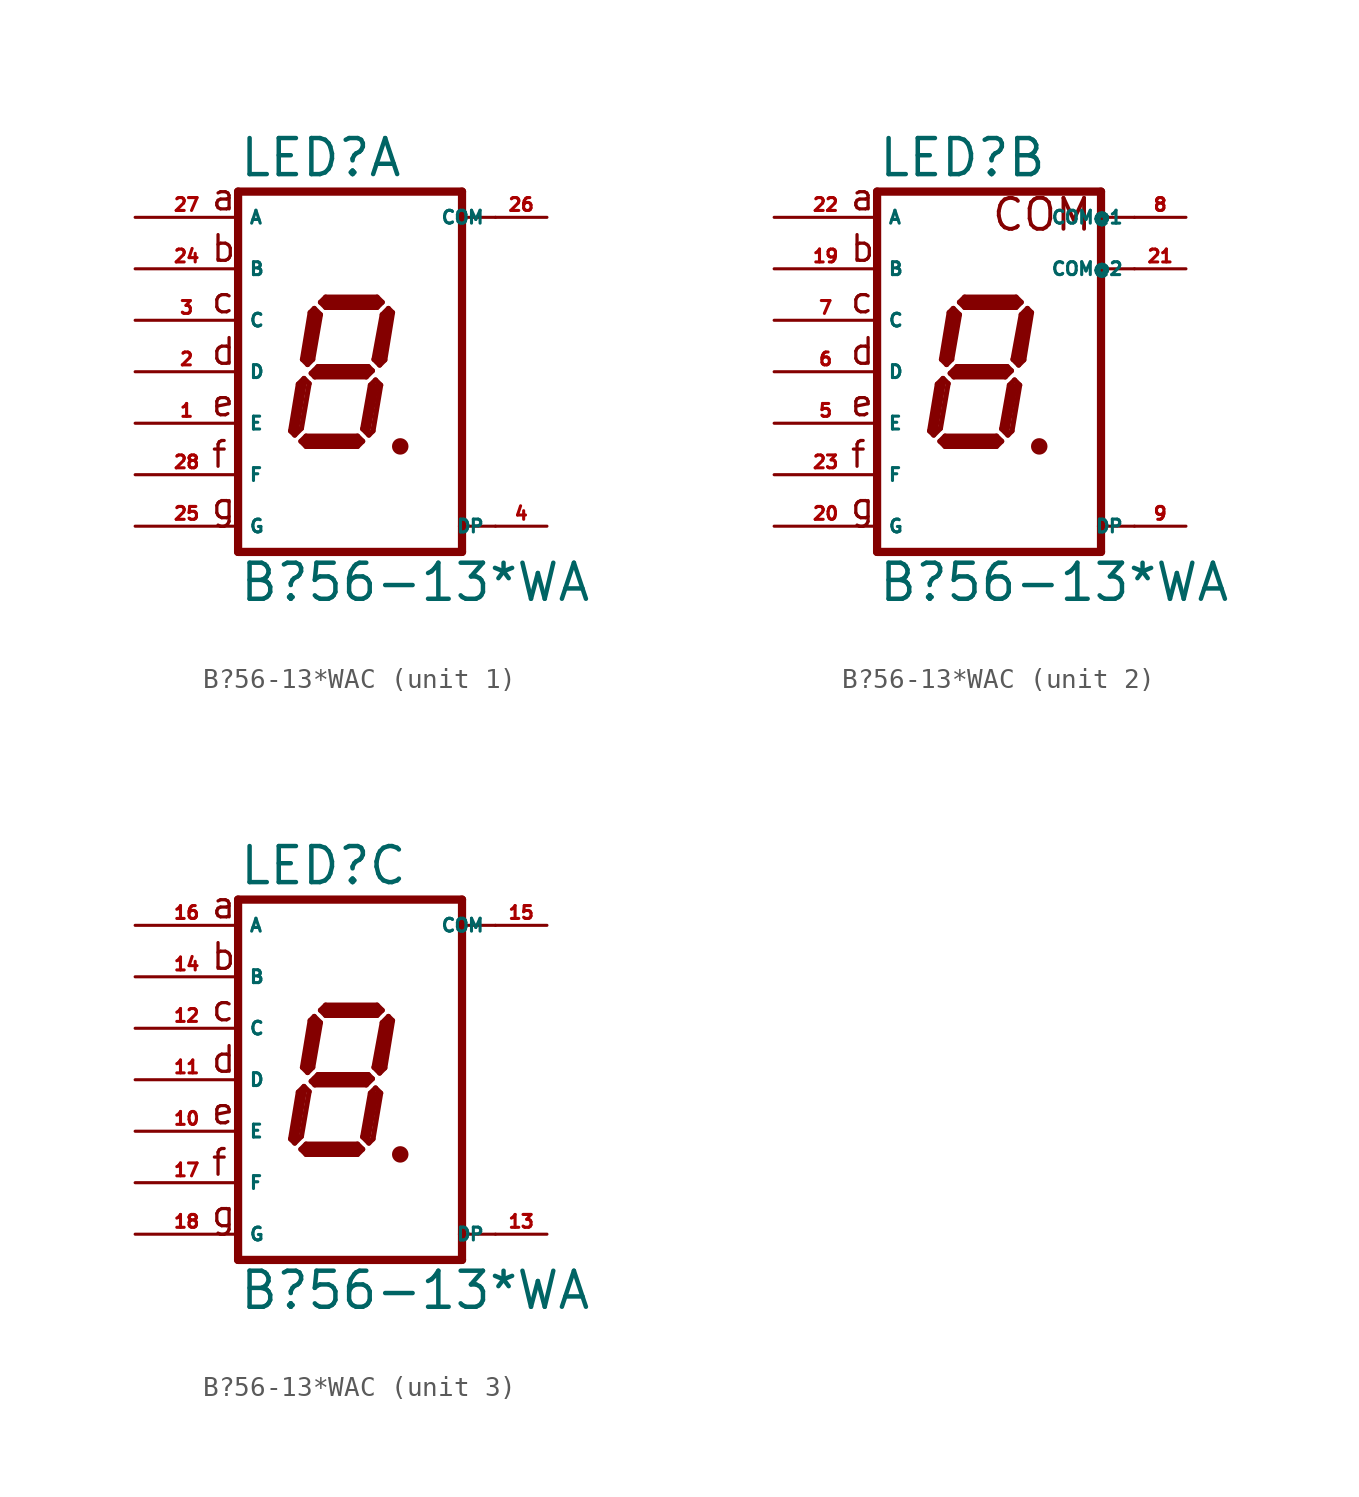
<source format=kicad_sym>
(kicad_symbol_lib
  (version 20220914)
  (generator Eagle2Kicad)
  (symbol "B?56-13*WAC"
    (property "Reference" "LED"
      (at -5.08 9.525 0)
      (effects (font (size 1.778 1.778) (thickness 0.22)) (justify left bottom)))
    (property "Value" "B?56-13*WA"
      (at -5.08 -11.43 0)
      (effects (font (size 1.778 1.778) (thickness 0.22)) (justify left bottom)))
    (symbol "B?56-13*WAC_1_0"
      (polyline (pts (xy 2.794 -3.683) (xy 3.048 -3.683)) (stroke (width 0.305) (type default)) (fill (type none)))
      (polyline (pts (xy 2.337 3.124) (xy 2.032 2.819)) (stroke (width 0.254) (type default)) (fill (type none)))
      (polyline (pts (xy 2.032 2.819) (xy 1.626 0.61)) (stroke (width 0.254) (type default)) (fill (type none)))
      (polyline (pts (xy 1.626 0.61) (xy 1.905 0.33)) (stroke (width 0.254) (type default)) (fill (type none)))
      (polyline (pts (xy 1.905 0.33) (xy 2.159 0.584)) (stroke (width 0.254) (type default)) (fill (type none)))
      (polyline (pts (xy 2.159 0.584) (xy 2.54 2.921)) (stroke (width 0.254) (type default)) (fill (type none)))
      (polyline (pts (xy 2.54 2.921) (xy 2.337 3.124)) (stroke (width 0.254) (type default)) (fill (type none)))
      (polyline (pts (xy 2.032 3.429) (xy 1.778 3.175)) (stroke (width 0.254) (type default)) (fill (type none)))
      (polyline (pts (xy 1.778 3.175) (xy -0.762 3.175)) (stroke (width 0.254) (type default)) (fill (type none)))
      (polyline (pts (xy -0.762 3.175) (xy -1.016 3.429)) (stroke (width 0.254) (type default)) (fill (type none)))
      (polyline (pts (xy -1.016 3.429) (xy -0.762 3.683)) (stroke (width 0.254) (type default)) (fill (type none)))
      (polyline (pts (xy -0.762 3.683) (xy 1.778 3.683)) (stroke (width 0.254) (type default)) (fill (type none)))
      (polyline (pts (xy 1.778 3.683) (xy 2.032 3.429)) (stroke (width 0.254) (type default)) (fill (type none)))
      (polyline (pts (xy -1.321 3.124) (xy -1.016 2.819)) (stroke (width 0.254) (type default)) (fill (type none)))
      (polyline (pts (xy -1.016 2.819) (xy -1.397 0.61)) (stroke (width 0.254) (type default)) (fill (type none)))
      (polyline (pts (xy -1.397 0.61) (xy -1.651 0.356)) (stroke (width 0.254) (type default)) (fill (type none)))
      (polyline (pts (xy -1.651 0.356) (xy -1.905 0.61)) (stroke (width 0.254) (type default)) (fill (type none)))
      (polyline (pts (xy -1.905 0.61) (xy -1.524 2.921)) (stroke (width 0.254) (type default)) (fill (type none)))
      (polyline (pts (xy -1.524 2.921) (xy -1.321 3.124)) (stroke (width 0.254) (type default)) (fill (type none)))
      (polyline (pts (xy -1.473 -0.076) (xy -1.143 0.254)) (stroke (width 0.254) (type default)) (fill (type none)))
      (polyline (pts (xy -1.143 0.254) (xy 1.346 0.254)) (stroke (width 0.254) (type default)) (fill (type none)))
      (polyline (pts (xy 1.346 0.254) (xy 1.549 0.051)) (stroke (width 0.254) (type default)) (fill (type none)))
      (polyline (pts (xy 1.549 0.051) (xy 1.245 -0.254)) (stroke (width 0.254) (type default)) (fill (type none)))
      (polyline (pts (xy 1.245 -0.254) (xy -1.295 -0.254)) (stroke (width 0.254) (type default)) (fill (type none)))
      (polyline (pts (xy -1.295 -0.254) (xy -1.473 -0.076)) (stroke (width 0.254) (type default)) (fill (type none)))
      (polyline (pts (xy -1.829 -0.33) (xy -1.575 -0.584)) (stroke (width 0.254) (type default)) (fill (type none)))
      (polyline (pts (xy -2.286 -3.124) (xy -1.956 -2.794)) (stroke (width 0.254) (type default)) (fill (type none)))
      (polyline (pts (xy -1.956 -2.794) (xy -1.575 -0.584)) (stroke (width 0.254) (type default)) (fill (type none)))
      (polyline (pts (xy -1.829 -0.33) (xy -2.108 -0.61)) (stroke (width 0.254) (type default)) (fill (type none)))
      (polyline (pts (xy -2.108 -0.61) (xy -2.489 -2.921)) (stroke (width 0.254) (type default)) (fill (type none)))
      (polyline (pts (xy -2.489 -2.921) (xy -2.286 -3.124)) (stroke (width 0.254) (type default)) (fill (type none)))
      (polyline (pts (xy -1.981 -3.429) (xy -1.727 -3.175)) (stroke (width 0.254) (type default)) (fill (type none)))
      (polyline (pts (xy -1.727 -3.175) (xy 0.813 -3.175)) (stroke (width 0.254) (type default)) (fill (type none)))
      (polyline (pts (xy 0.813 -3.175) (xy 1.067 -3.429)) (stroke (width 0.254) (type default)) (fill (type none)))
      (polyline (pts (xy 1.067 -3.429) (xy 0.813 -3.683)) (stroke (width 0.254) (type default)) (fill (type none)))
      (polyline (pts (xy 0.813 -3.683) (xy -1.727 -3.683)) (stroke (width 0.254) (type default)) (fill (type none)))
      (polyline (pts (xy -1.727 -3.683) (xy -1.981 -3.429)) (stroke (width 0.254) (type default)) (fill (type none)))
      (polyline (pts (xy 1.702 -0.406) (xy 1.448 -0.66)) (stroke (width 0.254) (type default)) (fill (type none)))
      (polyline (pts (xy 1.448 -0.66) (xy 1.067 -2.819)) (stroke (width 0.254) (type default)) (fill (type none)))
      (polyline (pts (xy 1.067 -2.819) (xy 1.372 -3.124)) (stroke (width 0.254) (type default)) (fill (type none)))
      (polyline (pts (xy 1.372 -3.124) (xy 1.575 -2.921)) (stroke (width 0.254) (type default)) (fill (type none)))
      (polyline (pts (xy 1.575 -2.921) (xy 1.956 -0.66)) (stroke (width 0.254) (type default)) (fill (type none)))
      (polyline (pts (xy 1.956 -0.66) (xy 1.702 -0.406)) (stroke (width 0.254) (type default)) (fill (type none)))
      (polyline (pts (xy 2.286 2.794) (xy 1.905 0.635)) (stroke (width 0.406) (type default)) (fill (type none)))
      (polyline (pts (xy 1.778 3.429) (xy -0.762 3.429)) (stroke (width 0.406) (type default)) (fill (type none)))
      (polyline (pts (xy -1.27 2.794) (xy -1.651 0.635)) (stroke (width 0.406) (type default)) (fill (type none)))
      (polyline (pts (xy -1.27 0) (xy 1.27 0)) (stroke (width 0.406) (type default)) (fill (type none)))
      (polyline (pts (xy 1.651 -0.762) (xy 1.27 -2.794)) (stroke (width 0.406) (type default)) (fill (type none)))
      (polyline (pts (xy 0.762 -3.429) (xy -1.651 -3.429)) (stroke (width 0.406) (type default)) (fill (type none)))
      (polyline (pts (xy -2.286 -2.921) (xy -1.905 -0.635)) (stroke (width 0.406) (type default)) (fill (type none)))
      (polyline (pts (xy 5.969 8.89) (xy 5.969 7.62)) (stroke (width 0.406) (type default)) (fill (type none)))
      (polyline (pts (xy 5.969 7.62) (xy 5.969 -7.62)) (stroke (width 0.406) (type default)) (fill (type none)))
      (polyline (pts (xy 5.969 -7.62) (xy 5.969 -8.89)) (stroke (width 0.406) (type default)) (fill (type none)))
      (polyline (pts (xy -5.08 -8.89) (xy 5.969 -8.89)) (stroke (width 0.406) (type default)) (fill (type none)))
      (polyline (pts (xy -5.08 -8.89) (xy -5.08 8.89)) (stroke (width 0.406) (type default)) (fill (type none)))
      (polyline (pts (xy 5.969 8.89) (xy -5.08 8.89)) (stroke (width 0.406) (type default)) (fill (type none)))
      (polyline (pts (xy 7.62 7.62) (xy 5.969 7.62)) (stroke (width 0.152) (type default)) (fill (type none)))
      (polyline (pts (xy 7.62 -7.62) (xy 5.969 -7.62)) (stroke (width 0.152) (type default)) (fill (type none)))
      (text "a" (at -6.477 7.874 0) (effects (font (size 1.27 1.27) (thickness 0.16)) (justify left bottom)))
      (text "b" (at -6.477 5.334 0) (effects (font (size 1.27 1.27) (thickness 0.16)) (justify left bottom)))
      (text "c" (at -6.477 2.794 0) (effects (font (size 1.27 1.27) (thickness 0.16)) (justify left bottom)))
      (text "d" (at -6.477 0.254 0) (effects (font (size 1.27 1.27) (thickness 0.16)) (justify left bottom)))
      (text "e" (at -6.477 -2.286 0) (effects (font (size 1.27 1.27) (thickness 0.16)) (justify left bottom)))
      (text "f" (at -6.477 -4.826 0) (effects (font (size 1.27 1.27) (thickness 0.16)) (justify left bottom)))
      (text "g" (at -6.477 -7.366 0) (effects (font (size 1.27 1.27) (thickness 0.16)) (justify left bottom)))
      (circle (center 2.921 -3.683) (radius 0.254) (stroke (width 0.305) (type default)) (fill (type none)))
      (pin passive line (at 10.16 -7.62 180) (length 2.54) (name "DP" (effects (font (size 0.635 0.635) (thickness 0.08)) (justify left bottom))) (number "4" (effects (font (size 0.635 0.635) (thickness 0.08)) (justify left bottom))))
      (pin passive line (at -10.16 -5.08 0) (length 5.08) (name "F" (effects (font (size 0.635 0.635) (thickness 0.08)) (justify left bottom))) (number "28" (effects (font (size 0.635 0.635) (thickness 0.08)) (justify left bottom))))
      (pin passive line (at -10.16 0 0) (length 5.08) (name "D" (effects (font (size 0.635 0.635) (thickness 0.08)) (justify left bottom))) (number "2" (effects (font (size 0.635 0.635) (thickness 0.08)) (justify left bottom))))
      (pin passive line (at -10.16 5.08 0) (length 5.08) (name "B" (effects (font (size 0.635 0.635) (thickness 0.08)) (justify left bottom))) (number "24" (effects (font (size 0.635 0.635) (thickness 0.08)) (justify left bottom))))
      (pin passive line (at -10.16 7.62 0) (length 5.08) (name "A" (effects (font (size 0.635 0.635) (thickness 0.08)) (justify left bottom))) (number "27" (effects (font (size 0.635 0.635) (thickness 0.08)) (justify left bottom))))
      (pin passive line (at 10.16 7.62 180) (length 2.54) (name "COM" (effects (font (size 0.635 0.635) (thickness 0.08)) (justify left bottom))) (number "26" (effects (font (size 0.635 0.635) (thickness 0.08)) (justify left bottom))))
      (pin passive line (at -10.16 2.54 0) (length 5.08) (name "C" (effects (font (size 0.635 0.635) (thickness 0.08)) (justify left bottom))) (number "3" (effects (font (size 0.635 0.635) (thickness 0.08)) (justify left bottom))))
      (pin passive line (at -10.16 -2.54 0) (length 5.08) (name "E" (effects (font (size 0.635 0.635) (thickness 0.08)) (justify left bottom))) (number "1" (effects (font (size 0.635 0.635) (thickness 0.08)) (justify left bottom))))
      (pin passive line (at -10.16 -7.62 0) (length 5.08) (name "G" (effects (font (size 0.635 0.635) (thickness 0.08)) (justify left bottom))) (number "25" (effects (font (size 0.635 0.635) (thickness 0.08)) (justify left bottom)))))
    (symbol "B?56-13*WAC_2_0"
      (polyline (pts (xy 2.794 -3.683) (xy 3.048 -3.683)) (stroke (width 0.305) (type default)) (fill (type none)))
      (polyline (pts (xy 2.337 3.124) (xy 2.032 2.819)) (stroke (width 0.254) (type default)) (fill (type none)))
      (polyline (pts (xy 2.032 2.819) (xy 1.626 0.61)) (stroke (width 0.254) (type default)) (fill (type none)))
      (polyline (pts (xy 1.626 0.61) (xy 1.905 0.33)) (stroke (width 0.254) (type default)) (fill (type none)))
      (polyline (pts (xy 1.905 0.33) (xy 2.159 0.584)) (stroke (width 0.254) (type default)) (fill (type none)))
      (polyline (pts (xy 2.159 0.584) (xy 2.54 2.921)) (stroke (width 0.254) (type default)) (fill (type none)))
      (polyline (pts (xy 2.54 2.921) (xy 2.337 3.124)) (stroke (width 0.254) (type default)) (fill (type none)))
      (polyline (pts (xy 2.032 3.429) (xy 1.778 3.175)) (stroke (width 0.254) (type default)) (fill (type none)))
      (polyline (pts (xy 1.778 3.175) (xy -0.762 3.175)) (stroke (width 0.254) (type default)) (fill (type none)))
      (polyline (pts (xy -0.762 3.175) (xy -1.016 3.429)) (stroke (width 0.254) (type default)) (fill (type none)))
      (polyline (pts (xy -1.016 3.429) (xy -0.762 3.683)) (stroke (width 0.254) (type default)) (fill (type none)))
      (polyline (pts (xy -0.762 3.683) (xy 1.778 3.683)) (stroke (width 0.254) (type default)) (fill (type none)))
      (polyline (pts (xy 1.778 3.683) (xy 2.032 3.429)) (stroke (width 0.254) (type default)) (fill (type none)))
      (polyline (pts (xy -1.321 3.124) (xy -1.016 2.819)) (stroke (width 0.254) (type default)) (fill (type none)))
      (polyline (pts (xy -1.016 2.819) (xy -1.397 0.61)) (stroke (width 0.254) (type default)) (fill (type none)))
      (polyline (pts (xy -1.397 0.61) (xy -1.651 0.356)) (stroke (width 0.254) (type default)) (fill (type none)))
      (polyline (pts (xy -1.651 0.356) (xy -1.905 0.61)) (stroke (width 0.254) (type default)) (fill (type none)))
      (polyline (pts (xy -1.905 0.61) (xy -1.524 2.921)) (stroke (width 0.254) (type default)) (fill (type none)))
      (polyline (pts (xy -1.524 2.921) (xy -1.321 3.124)) (stroke (width 0.254) (type default)) (fill (type none)))
      (polyline (pts (xy -1.473 -0.076) (xy -1.143 0.254)) (stroke (width 0.254) (type default)) (fill (type none)))
      (polyline (pts (xy -1.143 0.254) (xy 1.346 0.254)) (stroke (width 0.254) (type default)) (fill (type none)))
      (polyline (pts (xy 1.346 0.254) (xy 1.549 0.051)) (stroke (width 0.254) (type default)) (fill (type none)))
      (polyline (pts (xy 1.549 0.051) (xy 1.245 -0.254)) (stroke (width 0.254) (type default)) (fill (type none)))
      (polyline (pts (xy 1.245 -0.254) (xy -1.295 -0.254)) (stroke (width 0.254) (type default)) (fill (type none)))
      (polyline (pts (xy -1.295 -0.254) (xy -1.473 -0.076)) (stroke (width 0.254) (type default)) (fill (type none)))
      (polyline (pts (xy -1.829 -0.33) (xy -1.575 -0.584)) (stroke (width 0.254) (type default)) (fill (type none)))
      (polyline (pts (xy -2.286 -3.124) (xy -1.956 -2.794)) (stroke (width 0.254) (type default)) (fill (type none)))
      (polyline (pts (xy -1.956 -2.794) (xy -1.575 -0.584)) (stroke (width 0.254) (type default)) (fill (type none)))
      (polyline (pts (xy -1.829 -0.33) (xy -2.108 -0.61)) (stroke (width 0.254) (type default)) (fill (type none)))
      (polyline (pts (xy -2.108 -0.61) (xy -2.489 -2.921)) (stroke (width 0.254) (type default)) (fill (type none)))
      (polyline (pts (xy -2.489 -2.921) (xy -2.286 -3.124)) (stroke (width 0.254) (type default)) (fill (type none)))
      (polyline (pts (xy -1.981 -3.429) (xy -1.727 -3.175)) (stroke (width 0.254) (type default)) (fill (type none)))
      (polyline (pts (xy -1.727 -3.175) (xy 0.813 -3.175)) (stroke (width 0.254) (type default)) (fill (type none)))
      (polyline (pts (xy 0.813 -3.175) (xy 1.067 -3.429)) (stroke (width 0.254) (type default)) (fill (type none)))
      (polyline (pts (xy 1.067 -3.429) (xy 0.813 -3.683)) (stroke (width 0.254) (type default)) (fill (type none)))
      (polyline (pts (xy 0.813 -3.683) (xy -1.727 -3.683)) (stroke (width 0.254) (type default)) (fill (type none)))
      (polyline (pts (xy -1.727 -3.683) (xy -1.981 -3.429)) (stroke (width 0.254) (type default)) (fill (type none)))
      (polyline (pts (xy 1.702 -0.406) (xy 1.448 -0.66)) (stroke (width 0.254) (type default)) (fill (type none)))
      (polyline (pts (xy 1.448 -0.66) (xy 1.067 -2.819)) (stroke (width 0.254) (type default)) (fill (type none)))
      (polyline (pts (xy 1.067 -2.819) (xy 1.372 -3.124)) (stroke (width 0.254) (type default)) (fill (type none)))
      (polyline (pts (xy 1.372 -3.124) (xy 1.575 -2.921)) (stroke (width 0.254) (type default)) (fill (type none)))
      (polyline (pts (xy 1.575 -2.921) (xy 1.956 -0.66)) (stroke (width 0.254) (type default)) (fill (type none)))
      (polyline (pts (xy 1.956 -0.66) (xy 1.702 -0.406)) (stroke (width 0.254) (type default)) (fill (type none)))
      (polyline (pts (xy 2.286 2.794) (xy 1.905 0.635)) (stroke (width 0.406) (type default)) (fill (type none)))
      (polyline (pts (xy 1.778 3.429) (xy -0.762 3.429)) (stroke (width 0.406) (type default)) (fill (type none)))
      (polyline (pts (xy -1.27 2.794) (xy -1.651 0.635)) (stroke (width 0.406) (type default)) (fill (type none)))
      (polyline (pts (xy -1.27 0) (xy 1.27 0)) (stroke (width 0.406) (type default)) (fill (type none)))
      (polyline (pts (xy 1.651 -0.762) (xy 1.27 -2.794)) (stroke (width 0.406) (type default)) (fill (type none)))
      (polyline (pts (xy 0.762 -3.429) (xy -1.651 -3.429)) (stroke (width 0.406) (type default)) (fill (type none)))
      (polyline (pts (xy -2.286 -2.921) (xy -1.905 -0.635)) (stroke (width 0.406) (type default)) (fill (type none)))
      (polyline (pts (xy 5.969 8.89) (xy 5.969 7.62)) (stroke (width 0.406) (type default)) (fill (type none)))
      (polyline (pts (xy 5.969 7.62) (xy 5.969 5.08)) (stroke (width 0.406) (type default)) (fill (type none)))
      (polyline (pts (xy 5.969 5.08) (xy 5.969 -7.62)) (stroke (width 0.406) (type default)) (fill (type none)))
      (polyline (pts (xy 5.969 -7.62) (xy 5.969 -8.89)) (stroke (width 0.406) (type default)) (fill (type none)))
      (polyline (pts (xy -5.08 -8.89) (xy 5.969 -8.89)) (stroke (width 0.406) (type default)) (fill (type none)))
      (polyline (pts (xy -5.08 -8.89) (xy -5.08 8.89)) (stroke (width 0.406) (type default)) (fill (type none)))
      (polyline (pts (xy 5.969 8.89) (xy -5.08 8.89)) (stroke (width 0.406) (type default)) (fill (type none)))
      (polyline (pts (xy 7.62 7.62) (xy 5.969 7.62)) (stroke (width 0.152) (type default)) (fill (type none)))
      (polyline (pts (xy 7.62 5.08) (xy 5.969 5.08)) (stroke (width 0.152) (type default)) (fill (type none)))
      (polyline (pts (xy 7.62 -7.62) (xy 5.969 -7.62)) (stroke (width 0.152) (type default)) (fill (type none)))
      (text "a" (at -6.477 7.874 0) (effects (font (size 1.27 1.27) (thickness 0.16)) (justify left bottom)))
      (text "b" (at -6.477 5.334 0) (effects (font (size 1.27 1.27) (thickness 0.16)) (justify left bottom)))
      (text "c" (at -6.477 2.794 0) (effects (font (size 1.27 1.27) (thickness 0.16)) (justify left bottom)))
      (text "d" (at -6.477 0.254 0) (effects (font (size 1.27 1.27) (thickness 0.16)) (justify left bottom)))
      (text "e" (at -6.477 -2.286 0) (effects (font (size 1.27 1.27) (thickness 0.16)) (justify left bottom)))
      (text "f" (at -6.477 -4.826 0) (effects (font (size 1.27 1.27) (thickness 0.16)) (justify left bottom)))
      (text "g" (at -6.477 -7.366 0) (effects (font (size 1.27 1.27) (thickness 0.16)) (justify left bottom)))
      (text "COM" (at 0.508 6.858 0) (effects (font (size 1.524 1.524) (thickness 0.19)) (justify left bottom)))
      (circle (center 2.921 -3.683) (radius 0.254) (stroke (width 0.305) (type default)) (fill (type none)))
      (pin passive line (at 10.16 -7.62 180) (length 2.54) (name "DP" (effects (font (size 0.635 0.635) (thickness 0.08)) (justify left bottom))) (number "9" (effects (font (size 0.635 0.635) (thickness 0.08)) (justify left bottom))))
      (pin passive line (at -10.16 -5.08 0) (length 5.08) (name "F" (effects (font (size 0.635 0.635) (thickness 0.08)) (justify left bottom))) (number "23" (effects (font (size 0.635 0.635) (thickness 0.08)) (justify left bottom))))
      (pin passive line (at -10.16 0 0) (length 5.08) (name "D" (effects (font (size 0.635 0.635) (thickness 0.08)) (justify left bottom))) (number "6" (effects (font (size 0.635 0.635) (thickness 0.08)) (justify left bottom))))
      (pin passive line (at -10.16 5.08 0) (length 5.08) (name "B" (effects (font (size 0.635 0.635) (thickness 0.08)) (justify left bottom))) (number "19" (effects (font (size 0.635 0.635) (thickness 0.08)) (justify left bottom))))
      (pin passive line (at -10.16 7.62 0) (length 5.08) (name "A" (effects (font (size 0.635 0.635) (thickness 0.08)) (justify left bottom))) (number "22" (effects (font (size 0.635 0.635) (thickness 0.08)) (justify left bottom))))
      (pin passive line (at 10.16 7.62 180) (length 2.54) (name "COM@1" (effects (font (size 0.635 0.635) (thickness 0.08)) (justify left bottom))) (number "8" (effects (font (size 0.635 0.635) (thickness 0.08)) (justify left bottom))))
      (pin passive line (at -10.16 2.54 0) (length 5.08) (name "C" (effects (font (size 0.635 0.635) (thickness 0.08)) (justify left bottom))) (number "7" (effects (font (size 0.635 0.635) (thickness 0.08)) (justify left bottom))))
      (pin passive line (at -10.16 -2.54 0) (length 5.08) (name "E" (effects (font (size 0.635 0.635) (thickness 0.08)) (justify left bottom))) (number "5" (effects (font (size 0.635 0.635) (thickness 0.08)) (justify left bottom))))
      (pin passive line (at -10.16 -7.62 0) (length 5.08) (name "G" (effects (font (size 0.635 0.635) (thickness 0.08)) (justify left bottom))) (number "20" (effects (font (size 0.635 0.635) (thickness 0.08)) (justify left bottom))))
      (pin passive line (at 10.16 5.08 180) (length 2.54) (name "COM@2" (effects (font (size 0.635 0.635) (thickness 0.08)) (justify left bottom))) (number "21" (effects (font (size 0.635 0.635) (thickness 0.08)) (justify left bottom)))))
    (symbol "B?56-13*WAC_3_0"
      (polyline (pts (xy 2.794 -3.683) (xy 3.048 -3.683)) (stroke (width 0.305) (type default)) (fill (type none)))
      (polyline (pts (xy 2.337 3.124) (xy 2.032 2.819)) (stroke (width 0.254) (type default)) (fill (type none)))
      (polyline (pts (xy 2.032 2.819) (xy 1.626 0.61)) (stroke (width 0.254) (type default)) (fill (type none)))
      (polyline (pts (xy 1.626 0.61) (xy 1.905 0.33)) (stroke (width 0.254) (type default)) (fill (type none)))
      (polyline (pts (xy 1.905 0.33) (xy 2.159 0.584)) (stroke (width 0.254) (type default)) (fill (type none)))
      (polyline (pts (xy 2.159 0.584) (xy 2.54 2.921)) (stroke (width 0.254) (type default)) (fill (type none)))
      (polyline (pts (xy 2.54 2.921) (xy 2.337 3.124)) (stroke (width 0.254) (type default)) (fill (type none)))
      (polyline (pts (xy 2.032 3.429) (xy 1.778 3.175)) (stroke (width 0.254) (type default)) (fill (type none)))
      (polyline (pts (xy 1.778 3.175) (xy -0.762 3.175)) (stroke (width 0.254) (type default)) (fill (type none)))
      (polyline (pts (xy -0.762 3.175) (xy -1.016 3.429)) (stroke (width 0.254) (type default)) (fill (type none)))
      (polyline (pts (xy -1.016 3.429) (xy -0.762 3.683)) (stroke (width 0.254) (type default)) (fill (type none)))
      (polyline (pts (xy -0.762 3.683) (xy 1.778 3.683)) (stroke (width 0.254) (type default)) (fill (type none)))
      (polyline (pts (xy 1.778 3.683) (xy 2.032 3.429)) (stroke (width 0.254) (type default)) (fill (type none)))
      (polyline (pts (xy -1.321 3.124) (xy -1.016 2.819)) (stroke (width 0.254) (type default)) (fill (type none)))
      (polyline (pts (xy -1.016 2.819) (xy -1.397 0.61)) (stroke (width 0.254) (type default)) (fill (type none)))
      (polyline (pts (xy -1.397 0.61) (xy -1.651 0.356)) (stroke (width 0.254) (type default)) (fill (type none)))
      (polyline (pts (xy -1.651 0.356) (xy -1.905 0.61)) (stroke (width 0.254) (type default)) (fill (type none)))
      (polyline (pts (xy -1.905 0.61) (xy -1.524 2.921)) (stroke (width 0.254) (type default)) (fill (type none)))
      (polyline (pts (xy -1.524 2.921) (xy -1.321 3.124)) (stroke (width 0.254) (type default)) (fill (type none)))
      (polyline (pts (xy -1.473 -0.076) (xy -1.143 0.254)) (stroke (width 0.254) (type default)) (fill (type none)))
      (polyline (pts (xy -1.143 0.254) (xy 1.346 0.254)) (stroke (width 0.254) (type default)) (fill (type none)))
      (polyline (pts (xy 1.346 0.254) (xy 1.549 0.051)) (stroke (width 0.254) (type default)) (fill (type none)))
      (polyline (pts (xy 1.549 0.051) (xy 1.245 -0.254)) (stroke (width 0.254) (type default)) (fill (type none)))
      (polyline (pts (xy 1.245 -0.254) (xy -1.295 -0.254)) (stroke (width 0.254) (type default)) (fill (type none)))
      (polyline (pts (xy -1.295 -0.254) (xy -1.473 -0.076)) (stroke (width 0.254) (type default)) (fill (type none)))
      (polyline (pts (xy -1.829 -0.33) (xy -1.575 -0.584)) (stroke (width 0.254) (type default)) (fill (type none)))
      (polyline (pts (xy -2.286 -3.124) (xy -1.956 -2.794)) (stroke (width 0.254) (type default)) (fill (type none)))
      (polyline (pts (xy -1.956 -2.794) (xy -1.575 -0.584)) (stroke (width 0.254) (type default)) (fill (type none)))
      (polyline (pts (xy -1.829 -0.33) (xy -2.108 -0.61)) (stroke (width 0.254) (type default)) (fill (type none)))
      (polyline (pts (xy -2.108 -0.61) (xy -2.489 -2.921)) (stroke (width 0.254) (type default)) (fill (type none)))
      (polyline (pts (xy -2.489 -2.921) (xy -2.286 -3.124)) (stroke (width 0.254) (type default)) (fill (type none)))
      (polyline (pts (xy -1.981 -3.429) (xy -1.727 -3.175)) (stroke (width 0.254) (type default)) (fill (type none)))
      (polyline (pts (xy -1.727 -3.175) (xy 0.813 -3.175)) (stroke (width 0.254) (type default)) (fill (type none)))
      (polyline (pts (xy 0.813 -3.175) (xy 1.067 -3.429)) (stroke (width 0.254) (type default)) (fill (type none)))
      (polyline (pts (xy 1.067 -3.429) (xy 0.813 -3.683)) (stroke (width 0.254) (type default)) (fill (type none)))
      (polyline (pts (xy 0.813 -3.683) (xy -1.727 -3.683)) (stroke (width 0.254) (type default)) (fill (type none)))
      (polyline (pts (xy -1.727 -3.683) (xy -1.981 -3.429)) (stroke (width 0.254) (type default)) (fill (type none)))
      (polyline (pts (xy 1.702 -0.406) (xy 1.448 -0.66)) (stroke (width 0.254) (type default)) (fill (type none)))
      (polyline (pts (xy 1.448 -0.66) (xy 1.067 -2.819)) (stroke (width 0.254) (type default)) (fill (type none)))
      (polyline (pts (xy 1.067 -2.819) (xy 1.372 -3.124)) (stroke (width 0.254) (type default)) (fill (type none)))
      (polyline (pts (xy 1.372 -3.124) (xy 1.575 -2.921)) (stroke (width 0.254) (type default)) (fill (type none)))
      (polyline (pts (xy 1.575 -2.921) (xy 1.956 -0.66)) (stroke (width 0.254) (type default)) (fill (type none)))
      (polyline (pts (xy 1.956 -0.66) (xy 1.702 -0.406)) (stroke (width 0.254) (type default)) (fill (type none)))
      (polyline (pts (xy 2.286 2.794) (xy 1.905 0.635)) (stroke (width 0.406) (type default)) (fill (type none)))
      (polyline (pts (xy 1.778 3.429) (xy -0.762 3.429)) (stroke (width 0.406) (type default)) (fill (type none)))
      (polyline (pts (xy -1.27 2.794) (xy -1.651 0.635)) (stroke (width 0.406) (type default)) (fill (type none)))
      (polyline (pts (xy -1.27 0) (xy 1.27 0)) (stroke (width 0.406) (type default)) (fill (type none)))
      (polyline (pts (xy 1.651 -0.762) (xy 1.27 -2.794)) (stroke (width 0.406) (type default)) (fill (type none)))
      (polyline (pts (xy 0.762 -3.429) (xy -1.651 -3.429)) (stroke (width 0.406) (type default)) (fill (type none)))
      (polyline (pts (xy -2.286 -2.921) (xy -1.905 -0.635)) (stroke (width 0.406) (type default)) (fill (type none)))
      (polyline (pts (xy 5.969 8.89) (xy 5.969 7.62)) (stroke (width 0.406) (type default)) (fill (type none)))
      (polyline (pts (xy 5.969 7.62) (xy 5.969 -7.62)) (stroke (width 0.406) (type default)) (fill (type none)))
      (polyline (pts (xy 5.969 -7.62) (xy 5.969 -8.89)) (stroke (width 0.406) (type default)) (fill (type none)))
      (polyline (pts (xy -5.08 -8.89) (xy 5.969 -8.89)) (stroke (width 0.406) (type default)) (fill (type none)))
      (polyline (pts (xy -5.08 -8.89) (xy -5.08 8.89)) (stroke (width 0.406) (type default)) (fill (type none)))
      (polyline (pts (xy 5.969 8.89) (xy -5.08 8.89)) (stroke (width 0.406) (type default)) (fill (type none)))
      (polyline (pts (xy 7.62 7.62) (xy 5.969 7.62)) (stroke (width 0.152) (type default)) (fill (type none)))
      (polyline (pts (xy 7.62 -7.62) (xy 5.969 -7.62)) (stroke (width 0.152) (type default)) (fill (type none)))
      (text "a" (at -6.477 7.874 0) (effects (font (size 1.27 1.27) (thickness 0.16)) (justify left bottom)))
      (text "b" (at -6.477 5.334 0) (effects (font (size 1.27 1.27) (thickness 0.16)) (justify left bottom)))
      (text "c" (at -6.477 2.794 0) (effects (font (size 1.27 1.27) (thickness 0.16)) (justify left bottom)))
      (text "d" (at -6.477 0.254 0) (effects (font (size 1.27 1.27) (thickness 0.16)) (justify left bottom)))
      (text "e" (at -6.477 -2.286 0) (effects (font (size 1.27 1.27) (thickness 0.16)) (justify left bottom)))
      (text "f" (at -6.477 -4.826 0) (effects (font (size 1.27 1.27) (thickness 0.16)) (justify left bottom)))
      (text "g" (at -6.477 -7.366 0) (effects (font (size 1.27 1.27) (thickness 0.16)) (justify left bottom)))
      (circle (center 2.921 -3.683) (radius 0.254) (stroke (width 0.305) (type default)) (fill (type none)))
      (pin passive line (at 10.16 -7.62 180) (length 2.54) (name "DP" (effects (font (size 0.635 0.635) (thickness 0.08)) (justify left bottom))) (number "13" (effects (font (size 0.635 0.635) (thickness 0.08)) (justify left bottom))))
      (pin passive line (at -10.16 -5.08 0) (length 5.08) (name "F" (effects (font (size 0.635 0.635) (thickness 0.08)) (justify left bottom))) (number "17" (effects (font (size 0.635 0.635) (thickness 0.08)) (justify left bottom))))
      (pin passive line (at -10.16 0 0) (length 5.08) (name "D" (effects (font (size 0.635 0.635) (thickness 0.08)) (justify left bottom))) (number "11" (effects (font (size 0.635 0.635) (thickness 0.08)) (justify left bottom))))
      (pin passive line (at -10.16 5.08 0) (length 5.08) (name "B" (effects (font (size 0.635 0.635) (thickness 0.08)) (justify left bottom))) (number "14" (effects (font (size 0.635 0.635) (thickness 0.08)) (justify left bottom))))
      (pin passive line (at -10.16 7.62 0) (length 5.08) (name "A" (effects (font (size 0.635 0.635) (thickness 0.08)) (justify left bottom))) (number "16" (effects (font (size 0.635 0.635) (thickness 0.08)) (justify left bottom))))
      (pin passive line (at 10.16 7.62 180) (length 2.54) (name "COM" (effects (font (size 0.635 0.635) (thickness 0.08)) (justify left bottom))) (number "15" (effects (font (size 0.635 0.635) (thickness 0.08)) (justify left bottom))))
      (pin passive line (at -10.16 2.54 0) (length 5.08) (name "C" (effects (font (size 0.635 0.635) (thickness 0.08)) (justify left bottom))) (number "12" (effects (font (size 0.635 0.635) (thickness 0.08)) (justify left bottom))))
      (pin passive line (at -10.16 -2.54 0) (length 5.08) (name "E" (effects (font (size 0.635 0.635) (thickness 0.08)) (justify left bottom))) (number "10" (effects (font (size 0.635 0.635) (thickness 0.08)) (justify left bottom))))
      (pin passive line (at -10.16 -7.62 0) (length 5.08) (name "G" (effects (font (size 0.635 0.635) (thickness 0.08)) (justify left bottom))) (number "18" (effects (font (size 0.635 0.635) (thickness 0.08)) (justify left bottom)))))))
</source>
